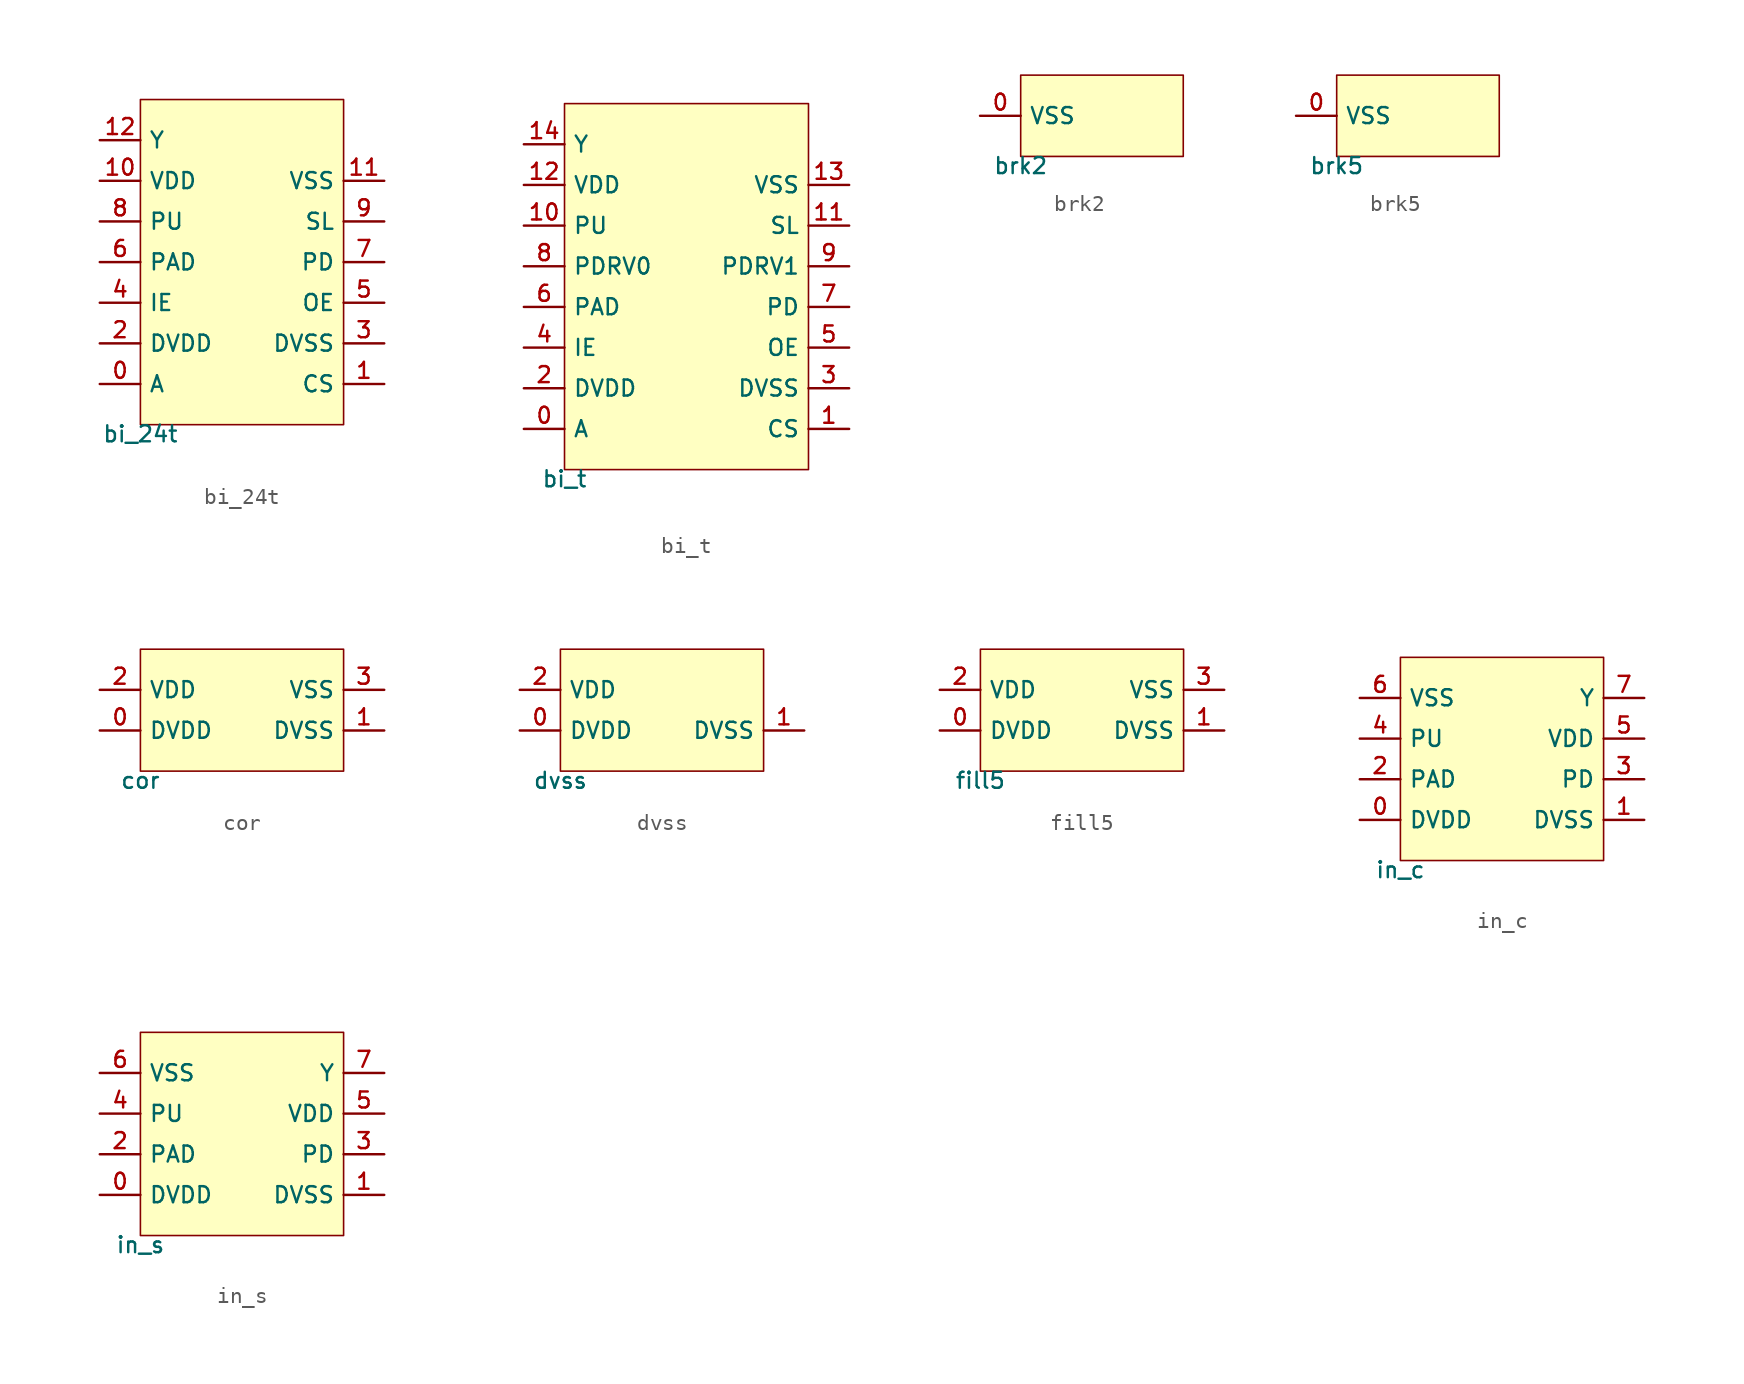
<source format=kicad_sym>
(kicad_symbol_lib
  (version 20211014)
  (generator pdk2kicad)
  (symbol "bi_24t"
    (property "Reference" "X"
      (at 0 0 0)
      (effects (font (size 1 1)) hide))
    (property "Value" "bi_24t"
      (at -6.35 -10.16 0)
      (effects (font (size 1 1)) (justify top)))
    (rectangle
      (start -6.35 -10.16)
      (end 6.35 10.16)
      (stroke (width 0.1) (type solid) (color 0 0 0 0))
      (fill (type background)))
    (pin bidirectional line
      (at -8.89 -7.62 0)
      (length 2.54)
      (name "A" (effects (font (size 1 1)) hide))
      (number "0" (effects (font (size 1 1)) hide)))
    (pin bidirectional line
      (at 8.89 -7.62 180)
      (length 2.54)
      (name "CS" (effects (font (size 1 1)) hide))
      (number "1" (effects (font (size 1 1)) hide)))
    (pin bidirectional line
      (at -8.89 -5.08 0)
      (length 2.54)
      (name "DVDD" (effects (font (size 1 1)) hide))
      (number "2" (effects (font (size 1 1)) hide)))
    (pin bidirectional line
      (at 8.89 -5.08 180)
      (length 2.54)
      (name "DVSS" (effects (font (size 1 1)) hide))
      (number "3" (effects (font (size 1 1)) hide)))
    (pin bidirectional line
      (at -8.89 -2.54 0)
      (length 2.54)
      (name "IE" (effects (font (size 1 1)) hide))
      (number "4" (effects (font (size 1 1)) hide)))
    (pin bidirectional line
      (at 8.89 -2.54 180)
      (length 2.54)
      (name "OE" (effects (font (size 1 1)) hide))
      (number "5" (effects (font (size 1 1)) hide)))
    (pin bidirectional line
      (at -8.89 0.0 0)
      (length 2.54)
      (name "PAD" (effects (font (size 1 1)) hide))
      (number "6" (effects (font (size 1 1)) hide)))
    (pin bidirectional line
      (at 8.89 0.0 180)
      (length 2.54)
      (name "PD" (effects (font (size 1 1)) hide))
      (number "7" (effects (font (size 1 1)) hide)))
    (pin bidirectional line
      (at -8.89 2.54 0)
      (length 2.54)
      (name "PU" (effects (font (size 1 1)) hide))
      (number "8" (effects (font (size 1 1)) hide)))
    (pin bidirectional line
      (at 8.89 2.54 180)
      (length 2.54)
      (name "SL" (effects (font (size 1 1)) hide))
      (number "9" (effects (font (size 1 1)) hide)))
    (pin bidirectional line
      (at -8.89 5.08 0)
      (length 2.54)
      (name "VDD" (effects (font (size 1 1)) hide))
      (number "10" (effects (font (size 1 1)) hide)))
    (pin bidirectional line
      (at 8.89 5.08 180)
      (length 2.54)
      (name "VSS" (effects (font (size 1 1)) hide))
      (number "11" (effects (font (size 1 1)) hide)))
    (pin bidirectional line
      (at -8.89 7.62 0)
      (length 2.54)
      (name "Y" (effects (font (size 1 1)) hide))
      (number "12" (effects (font (size 1 1)) hide))))
  (symbol "bi_t"
    (property "Reference" "X"
      (at 0 0 0)
      (effects (font (size 1 1)) hide))
    (property "Value" "bi_t"
      (at -7.62 -11.43 0)
      (effects (font (size 1 1)) (justify top)))
    (rectangle
      (start -7.62 -11.43)
      (end 7.62 11.43)
      (stroke (width 0.1) (type solid) (color 0 0 0 0))
      (fill (type background)))
    (pin bidirectional line
      (at -10.16 -8.89 0)
      (length 2.54)
      (name "A" (effects (font (size 1 1)) hide))
      (number "0" (effects (font (size 1 1)) hide)))
    (pin bidirectional line
      (at 10.16 -8.89 180)
      (length 2.54)
      (name "CS" (effects (font (size 1 1)) hide))
      (number "1" (effects (font (size 1 1)) hide)))
    (pin bidirectional line
      (at -10.16 -6.35 0)
      (length 2.54)
      (name "DVDD" (effects (font (size 1 1)) hide))
      (number "2" (effects (font (size 1 1)) hide)))
    (pin bidirectional line
      (at 10.16 -6.35 180)
      (length 2.54)
      (name "DVSS" (effects (font (size 1 1)) hide))
      (number "3" (effects (font (size 1 1)) hide)))
    (pin bidirectional line
      (at -10.16 -3.81 0)
      (length 2.54)
      (name "IE" (effects (font (size 1 1)) hide))
      (number "4" (effects (font (size 1 1)) hide)))
    (pin bidirectional line
      (at 10.16 -3.81 180)
      (length 2.54)
      (name "OE" (effects (font (size 1 1)) hide))
      (number "5" (effects (font (size 1 1)) hide)))
    (pin bidirectional line
      (at -10.16 -1.27 0)
      (length 2.54)
      (name "PAD" (effects (font (size 1 1)) hide))
      (number "6" (effects (font (size 1 1)) hide)))
    (pin bidirectional line
      (at 10.16 -1.27 180)
      (length 2.54)
      (name "PD" (effects (font (size 1 1)) hide))
      (number "7" (effects (font (size 1 1)) hide)))
    (pin bidirectional line
      (at -10.16 1.27 0)
      (length 2.54)
      (name "PDRV0" (effects (font (size 1 1)) hide))
      (number "8" (effects (font (size 1 1)) hide)))
    (pin bidirectional line
      (at 10.16 1.27 180)
      (length 2.54)
      (name "PDRV1" (effects (font (size 1 1)) hide))
      (number "9" (effects (font (size 1 1)) hide)))
    (pin bidirectional line
      (at -10.16 3.81 0)
      (length 2.54)
      (name "PU" (effects (font (size 1 1)) hide))
      (number "10" (effects (font (size 1 1)) hide)))
    (pin bidirectional line
      (at 10.16 3.81 180)
      (length 2.54)
      (name "SL" (effects (font (size 1 1)) hide))
      (number "11" (effects (font (size 1 1)) hide)))
    (pin bidirectional line
      (at -10.16 6.35 0)
      (length 2.54)
      (name "VDD" (effects (font (size 1 1)) hide))
      (number "12" (effects (font (size 1 1)) hide)))
    (pin bidirectional line
      (at 10.16 6.35 180)
      (length 2.54)
      (name "VSS" (effects (font (size 1 1)) hide))
      (number "13" (effects (font (size 1 1)) hide)))
    (pin bidirectional line
      (at -10.16 8.89 0)
      (length 2.54)
      (name "Y" (effects (font (size 1 1)) hide))
      (number "14" (effects (font (size 1 1)) hide))))
  (symbol "brk2"
    (property "Reference" "X"
      (at 0 0 0)
      (effects (font (size 1 1)) hide))
    (property "Value" "brk2"
      (at -5.08 -2.54 0)
      (effects (font (size 1 1)) (justify top)))
    (rectangle
      (start -5.08 -2.54)
      (end 5.08 2.54)
      (stroke (width 0.1) (type solid) (color 0 0 0 0))
      (fill (type background)))
    (pin bidirectional line
      (at -7.62 0.0 0)
      (length 2.54)
      (name "VSS" (effects (font (size 1 1)) hide))
      (number "0" (effects (font (size 1 1)) hide))))
  (symbol "brk5"
    (property "Reference" "X"
      (at 0 0 0)
      (effects (font (size 1 1)) hide))
    (property "Value" "brk5"
      (at -5.08 -2.54 0)
      (effects (font (size 1 1)) (justify top)))
    (rectangle
      (start -5.08 -2.54)
      (end 5.08 2.54)
      (stroke (width 0.1) (type solid) (color 0 0 0 0))
      (fill (type background)))
    (pin bidirectional line
      (at -7.62 0.0 0)
      (length 2.54)
      (name "VSS" (effects (font (size 1 1)) hide))
      (number "0" (effects (font (size 1 1)) hide))))
  (symbol "cor"
    (property "Reference" "X"
      (at 0 0 0)
      (effects (font (size 1 1)) hide))
    (property "Value" "cor"
      (at -6.35 -3.81 0)
      (effects (font (size 1 1)) (justify top)))
    (rectangle
      (start -6.35 -3.81)
      (end 6.35 3.81)
      (stroke (width 0.1) (type solid) (color 0 0 0 0))
      (fill (type background)))
    (pin bidirectional line
      (at -8.89 -1.27 0)
      (length 2.54)
      (name "DVDD" (effects (font (size 1 1)) hide))
      (number "0" (effects (font (size 1 1)) hide)))
    (pin bidirectional line
      (at 8.89 -1.27 180)
      (length 2.54)
      (name "DVSS" (effects (font (size 1 1)) hide))
      (number "1" (effects (font (size 1 1)) hide)))
    (pin bidirectional line
      (at -8.89 1.27 0)
      (length 2.54)
      (name "VDD" (effects (font (size 1 1)) hide))
      (number "2" (effects (font (size 1 1)) hide)))
    (pin bidirectional line
      (at 8.89 1.27 180)
      (length 2.54)
      (name "VSS" (effects (font (size 1 1)) hide))
      (number "3" (effects (font (size 1 1)) hide))))
  (symbol "dvss"
    (property "Reference" "X"
      (at 0 0 0)
      (effects (font (size 1 1)) hide))
    (property "Value" "dvss"
      (at -6.35 -3.81 0)
      (effects (font (size 1 1)) (justify top)))
    (rectangle
      (start -6.35 -3.81)
      (end 6.35 3.81)
      (stroke (width 0.1) (type solid) (color 0 0 0 0))
      (fill (type background)))
    (pin bidirectional line
      (at -8.89 -1.27 0)
      (length 2.54)
      (name "DVDD" (effects (font (size 1 1)) hide))
      (number "0" (effects (font (size 1 1)) hide)))
    (pin bidirectional line
      (at 8.89 -1.27 180)
      (length 2.54)
      (name "DVSS" (effects (font (size 1 1)) hide))
      (number "1" (effects (font (size 1 1)) hide)))
    (pin bidirectional line
      (at -8.89 1.27 0)
      (length 2.54)
      (name "VDD" (effects (font (size 1 1)) hide))
      (number "2" (effects (font (size 1 1)) hide))))
  (symbol "fill5"
    (property "Reference" "X"
      (at 0 0 0)
      (effects (font (size 1 1)) hide))
    (property "Value" "fill5"
      (at -6.35 -3.81 0)
      (effects (font (size 1 1)) (justify top)))
    (rectangle
      (start -6.35 -3.81)
      (end 6.35 3.81)
      (stroke (width 0.1) (type solid) (color 0 0 0 0))
      (fill (type background)))
    (pin bidirectional line
      (at -8.89 -1.27 0)
      (length 2.54)
      (name "DVDD" (effects (font (size 1 1)) hide))
      (number "0" (effects (font (size 1 1)) hide)))
    (pin bidirectional line
      (at 8.89 -1.27 180)
      (length 2.54)
      (name "DVSS" (effects (font (size 1 1)) hide))
      (number "1" (effects (font (size 1 1)) hide)))
    (pin bidirectional line
      (at -8.89 1.27 0)
      (length 2.54)
      (name "VDD" (effects (font (size 1 1)) hide))
      (number "2" (effects (font (size 1 1)) hide)))
    (pin bidirectional line
      (at 8.89 1.27 180)
      (length 2.54)
      (name "VSS" (effects (font (size 1 1)) hide))
      (number "3" (effects (font (size 1 1)) hide))))
  (symbol "in_c"
    (property "Reference" "X"
      (at 0 0 0)
      (effects (font (size 1 1)) hide))
    (property "Value" "in_c"
      (at -6.35 -6.35 0)
      (effects (font (size 1 1)) (justify top)))
    (rectangle
      (start -6.35 -6.35)
      (end 6.35 6.35)
      (stroke (width 0.1) (type solid) (color 0 0 0 0))
      (fill (type background)))
    (pin bidirectional line
      (at -8.89 -3.81 0)
      (length 2.54)
      (name "DVDD" (effects (font (size 1 1)) hide))
      (number "0" (effects (font (size 1 1)) hide)))
    (pin bidirectional line
      (at 8.89 -3.81 180)
      (length 2.54)
      (name "DVSS" (effects (font (size 1 1)) hide))
      (number "1" (effects (font (size 1 1)) hide)))
    (pin bidirectional line
      (at -8.89 -1.27 0)
      (length 2.54)
      (name "PAD" (effects (font (size 1 1)) hide))
      (number "2" (effects (font (size 1 1)) hide)))
    (pin bidirectional line
      (at 8.89 -1.27 180)
      (length 2.54)
      (name "PD" (effects (font (size 1 1)) hide))
      (number "3" (effects (font (size 1 1)) hide)))
    (pin bidirectional line
      (at -8.89 1.27 0)
      (length 2.54)
      (name "PU" (effects (font (size 1 1)) hide))
      (number "4" (effects (font (size 1 1)) hide)))
    (pin bidirectional line
      (at 8.89 1.27 180)
      (length 2.54)
      (name "VDD" (effects (font (size 1 1)) hide))
      (number "5" (effects (font (size 1 1)) hide)))
    (pin bidirectional line
      (at -8.89 3.81 0)
      (length 2.54)
      (name "VSS" (effects (font (size 1 1)) hide))
      (number "6" (effects (font (size 1 1)) hide)))
    (pin bidirectional line
      (at 8.89 3.81 180)
      (length 2.54)
      (name "Y" (effects (font (size 1 1)) hide))
      (number "7" (effects (font (size 1 1)) hide))))
  (symbol "in_s"
    (property "Reference" "X"
      (at 0 0 0)
      (effects (font (size 1 1)) hide))
    (property "Value" "in_s"
      (at -6.35 -6.35 0)
      (effects (font (size 1 1)) (justify top)))
    (rectangle
      (start -6.35 -6.35)
      (end 6.35 6.35)
      (stroke (width 0.1) (type solid) (color 0 0 0 0))
      (fill (type background)))
    (pin bidirectional line
      (at -8.89 -3.81 0)
      (length 2.54)
      (name "DVDD" (effects (font (size 1 1)) hide))
      (number "0" (effects (font (size 1 1)) hide)))
    (pin bidirectional line
      (at 8.89 -3.81 180)
      (length 2.54)
      (name "DVSS" (effects (font (size 1 1)) hide))
      (number "1" (effects (font (size 1 1)) hide)))
    (pin bidirectional line
      (at -8.89 -1.27 0)
      (length 2.54)
      (name "PAD" (effects (font (size 1 1)) hide))
      (number "2" (effects (font (size 1 1)) hide)))
    (pin bidirectional line
      (at 8.89 -1.27 180)
      (length 2.54)
      (name "PD" (effects (font (size 1 1)) hide))
      (number "3" (effects (font (size 1 1)) hide)))
    (pin bidirectional line
      (at -8.89 1.27 0)
      (length 2.54)
      (name "PU" (effects (font (size 1 1)) hide))
      (number "4" (effects (font (size 1 1)) hide)))
    (pin bidirectional line
      (at 8.89 1.27 180)
      (length 2.54)
      (name "VDD" (effects (font (size 1 1)) hide))
      (number "5" (effects (font (size 1 1)) hide)))
    (pin bidirectional line
      (at -8.89 3.81 0)
      (length 2.54)
      (name "VSS" (effects (font (size 1 1)) hide))
      (number "6" (effects (font (size 1 1)) hide)))
    (pin bidirectional line
      (at 8.89 3.81 180)
      (length 2.54)
      (name "Y" (effects (font (size 1 1)) hide))
      (number "7" (effects (font (size 1 1)) hide)))))
</source>
